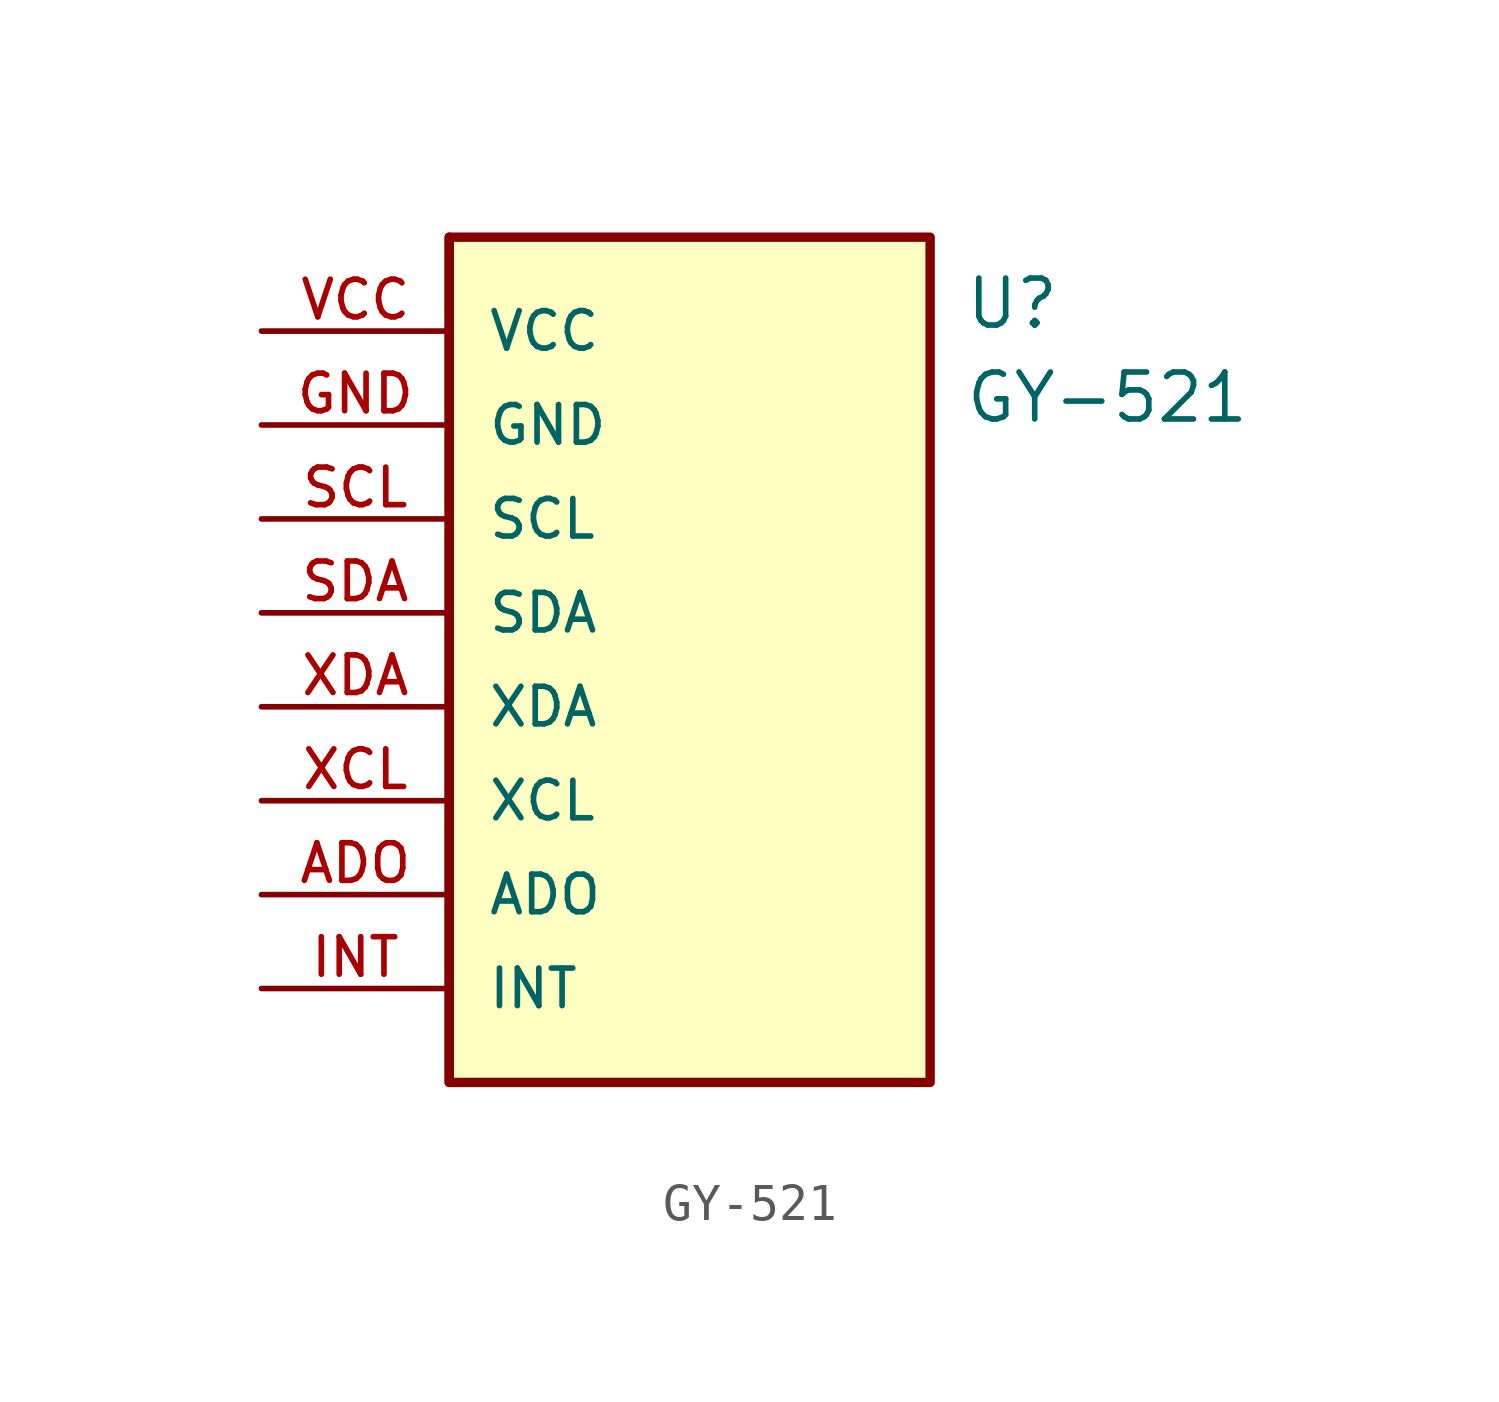
<source format=kicad_sym>
(kicad_symbol_lib
  (version 20211014)
  (generator kicad_symbol_editor)
  (symbol "GY-521"
    (pin_names
      (offset 1.016))
    (property "Reference" "U"
      (at 18.999 7.62 0)
      (effects (font (size 1.27 1.27)) (justify left bottom)))
    (property "Value" "GY-521"
      (at 18.999 5.08 0)
      (effects (font (size 1.27 1.27)) (justify left bottom)))
    (property "ki_locked" ""
      (at 0 0 0)
      (effects (font (size 1.27 1.27))))
    (symbol "GY-521_0_0"
      (polyline (pts (xy 5.08 10.16) (xy 5.08 -12.7)) (stroke (width 0.254) (type default) (color 0 0 0 0)) (fill (type none)))
      (rectangle (start 5.08 -12.7) (end 18.085 10.16) (stroke (width 0.254) (type default) (color 0 0 0 0)) (fill (type background)))
      (pin bidirectional line (at 0 -7.62 0) (length 5.08) (name "ADO" (effects (font (size 1.016 1.016)))) (number "ADO" (effects (font (size 1.016 1.016)))))
      (pin bidirectional line (at 0 5.08 0) (length 5.08) (name "GND" (effects (font (size 1.016 1.016)))) (number "GND" (effects (font (size 1.016 1.016)))))
      (pin bidirectional line (at 0 -10.16 0) (length 5.08) (name "INT" (effects (font (size 1.016 1.016)))) (number "INT" (effects (font (size 1.016 1.016)))))
      (pin bidirectional line (at 0 2.54 0) (length 5.08) (name "SCL" (effects (font (size 1.016 1.016)))) (number "SCL" (effects (font (size 1.016 1.016)))))
      (pin bidirectional line (at 0 0 0) (length 5.08) (name "SDA" (effects (font (size 1.016 1.016)))) (number "SDA" (effects (font (size 1.016 1.016)))))
      (pin bidirectional line (at 0 7.62 0) (length 5.08) (name "VCC" (effects (font (size 1.016 1.016)))) (number "VCC" (effects (font (size 1.016 1.016)))))
      (pin bidirectional line (at 0 -5.08 0) (length 5.08) (name "XCL" (effects (font (size 1.016 1.016)))) (number "XCL" (effects (font (size 1.016 1.016)))))
      (pin bidirectional line (at 0 -2.54 0) (length 5.08) (name "XDA" (effects (font (size 1.016 1.016)))) (number "XDA" (effects (font (size 1.016 1.016))))))))
</source>
